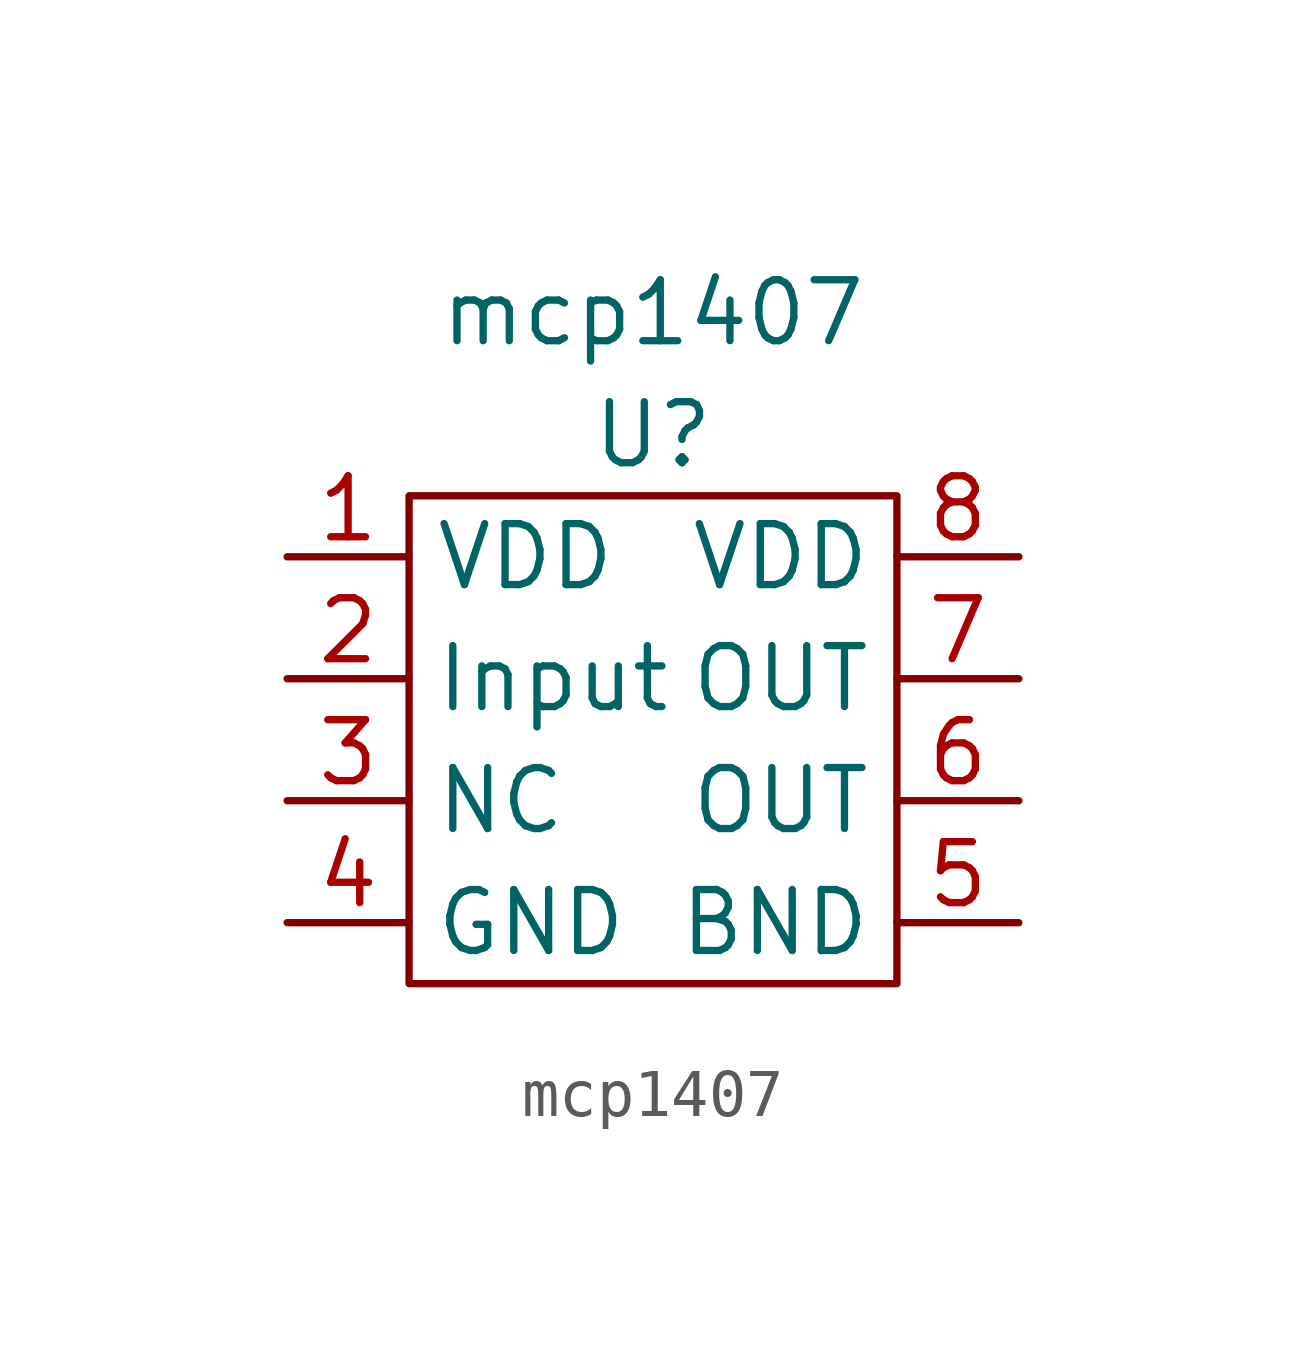
<source format=kicad_sym>
(kicad_symbol_lib
  (version 20211014)
  (generator kicad_symbol_editor)
  (symbol "mcp1407"
    (property "Reference" "U"
      (at 0 1.27 0)
      (effects (font (size 1.27 1.27))))
    (property "Value" "mcp1407"
      (at 0 3.81 0)
      (effects (font (size 1.27 1.27))))
    (symbol "mcp1407_0_1"
      (rectangle (start -5.08 0) (end 5.08 -10.16) (stroke (width 0) (type default) (color 0 0 0 0)) (fill (type none))))
    (symbol "mcp1407_1_1"
      (pin input line (at -7.62 -1.27 0) (length 2.54) (name "VDD" (effects (font (size 1.27 1.27)))) (number "1" (effects (font (size 1.27 1.27)))))
      (pin input line (at -7.62 -3.81 0) (length 2.54) (name "Input" (effects (font (size 1.27 1.27)))) (number "2" (effects (font (size 1.27 1.27)))))
      (pin free line (at -7.62 -6.35 0) (length 2.54) (name "NC" (effects (font (size 1.27 1.27)))) (number "3" (effects (font (size 1.27 1.27)))))
      (pin output line (at -7.62 -8.89 0) (length 2.54) (name "GND" (effects (font (size 1.27 1.27)))) (number "4" (effects (font (size 1.27 1.27)))))
      (pin output line (at 7.62 -8.89 180) (length 2.54) (name "BND" (effects (font (size 1.27 1.27)))) (number "5" (effects (font (size 1.27 1.27)))))
      (pin output line (at 7.62 -6.35 180) (length 2.54) (name "OUT" (effects (font (size 1.27 1.27)))) (number "6" (effects (font (size 1.27 1.27)))))
      (pin output line (at 7.62 -3.81 180) (length 2.54) (name "OUT" (effects (font (size 1.27 1.27)))) (number "7" (effects (font (size 1.27 1.27)))))
      (pin input line (at 7.62 -1.27 180) (length 2.54) (name "VDD" (effects (font (size 1.27 1.27)))) (number "8" (effects (font (size 1.27 1.27))))))))
</source>
